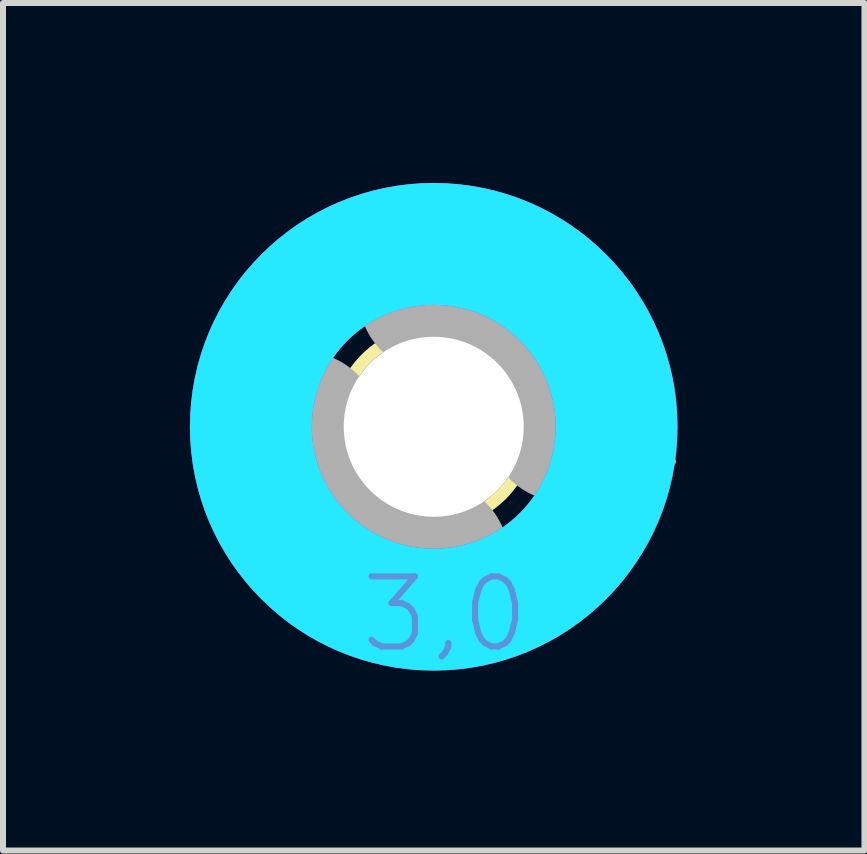
<source format=kicad_pcb>
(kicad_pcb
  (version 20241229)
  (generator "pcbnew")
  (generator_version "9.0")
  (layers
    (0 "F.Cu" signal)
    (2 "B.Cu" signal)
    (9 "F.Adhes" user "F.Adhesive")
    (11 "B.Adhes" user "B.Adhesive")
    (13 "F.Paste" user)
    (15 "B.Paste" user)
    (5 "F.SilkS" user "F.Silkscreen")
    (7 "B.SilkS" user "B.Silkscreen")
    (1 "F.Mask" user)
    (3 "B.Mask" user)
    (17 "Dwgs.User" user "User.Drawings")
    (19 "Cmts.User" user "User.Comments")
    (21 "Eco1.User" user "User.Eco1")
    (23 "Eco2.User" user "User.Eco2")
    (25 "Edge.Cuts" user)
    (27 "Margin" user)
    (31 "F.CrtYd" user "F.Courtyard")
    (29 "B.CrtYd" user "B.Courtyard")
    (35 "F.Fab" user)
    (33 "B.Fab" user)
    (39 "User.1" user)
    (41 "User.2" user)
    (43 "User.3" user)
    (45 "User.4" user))
  (footprint "footprint"
    (layer "F.Cu")
    (at 4.18 4.064)
    (property "Reference" "footprint" (at 0 0 0) (layer "F.SilkS") (effects (font (size 1.27 1.27) (thickness 0.15))))
    (fp_circle (center 0 0) (end 1.6 0) (stroke (width 0.203) (type solid)) (fill no) (layer "F.SilkS"))
    (fp_circle (center 0 0) (end 3.429 0) (stroke (width 0.152) (type solid)) (fill no) (layer "F.SilkS"))
    (fp_circle (center 0 0) (end 3.048 0) (stroke (width 2.032) (type solid)) (fill no) (layer "B.CrtYd"))
    (fp_circle (center 0 0) (end 3.048 0) (stroke (width 2.032) (type solid)) (fill no) (layer "F.CrtYd"))
    (fp_arc (start 0 -2.159) (mid 1.526644 -1.526644) (end 2.159 0) (stroke (width 2.4892) (type solid)) (layer "F.Fab"))
    (fp_arc (start 0 2.159) (mid -1.526644 1.526644) (end -2.159 0) (stroke (width 2.4892) (type solid)) (layer "F.Fab"))
    (fp_circle (center 0 0) (end 0.762 0) (stroke (width 0.457) (type solid)) (fill no) (layer "F.Fab"))
    (fp_text user "3,0" (at -1.27 3.81 0) (layer "Cmts.User") (effects (font (size 1.168 1.168) (thickness 0.102)) (justify left bottom)))
    (pad "" np_thru_hole circle (at 0 0) (size 3 3) (drill 3) (layers "*.Cu" "*.Mask"))
    (zone (net_name "") (layer "F.Cu") (hatch edge 0.508) (connect_pads) (min_thickness 0.254) (filled_areas_thickness no) (keepout (tracks not_allowed) (vias not_allowed) (pads not_allowed) (copperpour not_allowed) (footprints allowed)) (placement (enabled no)) (fill) (polygon (pts (xy 8.244 4.064) (xy 8.182 3.358) (xy 7.999 2.674) (xy 7.7 2.032) (xy 7.293 1.452) (xy 6.792 0.951) (xy 6.212 0.544) (xy 5.57 0.245) (xy 4.886 0.062) (xy 4.18 0) (xy 3.474 0.062) (xy 2.79 0.245) (xy 2.148 0.544) (xy 1.568 0.951) (xy 1.067 1.452) (xy 0.661 2.032) (xy 0.361 2.674) (xy 0.178 3.358) (xy 0.116 4.064) (xy 0.178 4.77) (xy 0.361 5.454) (xy 0.661 6.096) (xy 1.067 6.676) (xy 1.568 7.177) (xy 2.148 7.584) (xy 2.79 7.883) (xy 3.474 8.066) (xy 4.18 8.128) (xy 4.886 8.066) (xy 5.57 7.883) (xy 6.212 7.584) (xy 6.792 7.177) (xy 7.293 6.676) (xy 7.7 6.096) (xy 7.999 5.454) (xy 8.182 4.77))) (polygon (pts (xy 6.212 4.064) (xy 6.181 3.711) (xy 6.09 3.369) (xy 5.94 3.048) (xy 5.737 2.758) (xy 5.486 2.507) (xy 5.196 2.304) (xy 4.875 2.155) (xy 4.533 2.063) (xy 4.18 2.032) (xy 3.827 2.063) (xy 3.485 2.155) (xy 3.164 2.304) (xy 2.874 2.507) (xy 2.624 2.758) (xy 2.42 3.048) (xy 2.271 3.369) (xy 2.179 3.711) (xy 2.148 4.064) (xy 2.179 4.417) (xy 2.271 4.759) (xy 2.42 5.08) (xy 2.624 5.37) (xy 2.874 5.621) (xy 3.164 5.824) (xy 3.485 5.973) (xy 3.827 6.065) (xy 4.18 6.096) (xy 4.533 6.065) (xy 4.875 5.973) (xy 5.196 5.824) (xy 5.486 5.621) (xy 5.737 5.37) (xy 5.94 5.08) (xy 6.09 4.759) (xy 6.181 4.417))))
    (zone (net_name "") (layers "F.Cu" "B.Cu") (hatch edge 0.508) (connect_pads) (min_thickness 0.254) (filled_areas_thickness no) (keepout (tracks allowed) (vias not_allowed) (pads allowed) (copperpour allowed) (footprints allowed)) (placement (enabled no)) (fill) (polygon (pts (xy 8.244 4.064) (xy 8.182 3.358) (xy 7.999 2.674) (xy 7.7 2.032) (xy 7.293 1.452) (xy 6.792 0.951) (xy 6.212 0.544) (xy 5.57 0.245) (xy 4.886 0.062) (xy 4.18 0) (xy 3.474 0.062) (xy 2.79 0.245) (xy 2.148 0.544) (xy 1.568 0.951) (xy 1.067 1.452) (xy 0.661 2.032) (xy 0.361 2.674) (xy 0.178 3.358) (xy 0.116 4.064) (xy 0.178 4.77) (xy 0.361 5.454) (xy 0.661 6.096) (xy 1.067 6.676) (xy 1.568 7.177) (xy 2.148 7.584) (xy 2.79 7.883) (xy 3.474 8.066) (xy 4.18 8.128) (xy 4.886 8.066) (xy 5.57 7.883) (xy 6.212 7.584) (xy 6.792 7.177) (xy 7.293 6.676) (xy 7.7 6.096) (xy 7.999 5.454) (xy 8.182 4.77))) (polygon (pts (xy 6.212 4.064) (xy 6.181 3.711) (xy 6.09 3.369) (xy 5.94 3.048) (xy 5.737 2.758) (xy 5.486 2.507) (xy 5.196 2.304) (xy 4.875 2.155) (xy 4.533 2.063) (xy 4.18 2.032) (xy 3.827 2.063) (xy 3.485 2.155) (xy 3.164 2.304) (xy 2.874 2.507) (xy 2.624 2.758) (xy 2.42 3.048) (xy 2.271 3.369) (xy 2.179 3.711) (xy 2.148 4.064) (xy 2.179 4.417) (xy 2.271 4.759) (xy 2.42 5.08) (xy 2.624 5.37) (xy 2.874 5.621) (xy 3.164 5.824) (xy 3.485 5.973) (xy 3.827 6.065) (xy 4.18 6.096) (xy 4.533 6.065) (xy 4.875 5.973) (xy 5.196 5.824) (xy 5.486 5.621) (xy 5.737 5.37) (xy 5.94 5.08) (xy 6.09 4.759) (xy 6.181 4.417))))
    (zone (net_name "") (layer "B.Cu") (hatch edge 0.508) (connect_pads) (min_thickness 0.254) (filled_areas_thickness no) (keepout (tracks not_allowed) (vias not_allowed) (pads not_allowed) (copperpour not_allowed) (footprints allowed)) (placement (enabled no)) (fill) (polygon (pts (xy 8.244 4.064) (xy 8.182 3.358) (xy 7.999 2.674) (xy 7.7 2.032) (xy 7.293 1.452) (xy 6.792 0.951) (xy 6.212 0.544) (xy 5.57 0.245) (xy 4.886 0.062) (xy 4.18 0) (xy 3.474 0.062) (xy 2.79 0.245) (xy 2.148 0.544) (xy 1.568 0.951) (xy 1.067 1.452) (xy 0.661 2.032) (xy 0.361 2.674) (xy 0.178 3.358) (xy 0.116 4.064) (xy 0.178 4.77) (xy 0.361 5.454) (xy 0.661 6.096) (xy 1.067 6.676) (xy 1.568 7.177) (xy 2.148 7.584) (xy 2.79 7.883) (xy 3.474 8.066) (xy 4.18 8.128) (xy 4.886 8.066) (xy 5.57 7.883) (xy 6.212 7.584) (xy 6.792 7.177) (xy 7.293 6.676) (xy 7.7 6.096) (xy 7.999 5.454) (xy 8.182 4.77))) (polygon (pts (xy 6.212 4.064) (xy 6.181 3.711) (xy 6.09 3.369) (xy 5.94 3.048) (xy 5.737 2.758) (xy 5.486 2.507) (xy 5.196 2.304) (xy 4.875 2.155) (xy 4.533 2.063) (xy 4.18 2.032) (xy 3.827 2.063) (xy 3.485 2.155) (xy 3.164 2.304) (xy 2.874 2.507) (xy 2.624 2.758) (xy 2.42 3.048) (xy 2.271 3.369) (xy 2.179 3.711) (xy 2.148 4.064) (xy 2.179 4.417) (xy 2.271 4.759) (xy 2.42 5.08) (xy 2.624 5.37) (xy 2.874 5.621) (xy 3.164 5.824) (xy 3.485 5.973) (xy 3.827 6.065) (xy 4.18 6.096) (xy 4.533 6.065) (xy 4.875 5.973) (xy 5.196 5.824) (xy 5.486 5.621) (xy 5.737 5.37) (xy 5.94 5.08) (xy 6.09 4.759) (xy 6.181 4.417)))))
  (gr_rect
    (start -3 -3)
    (end 11.36 11.128)
    (stroke (width 0.1) (type default))
    (fill no)
    (layer "Edge.Cuts")))
</source>
